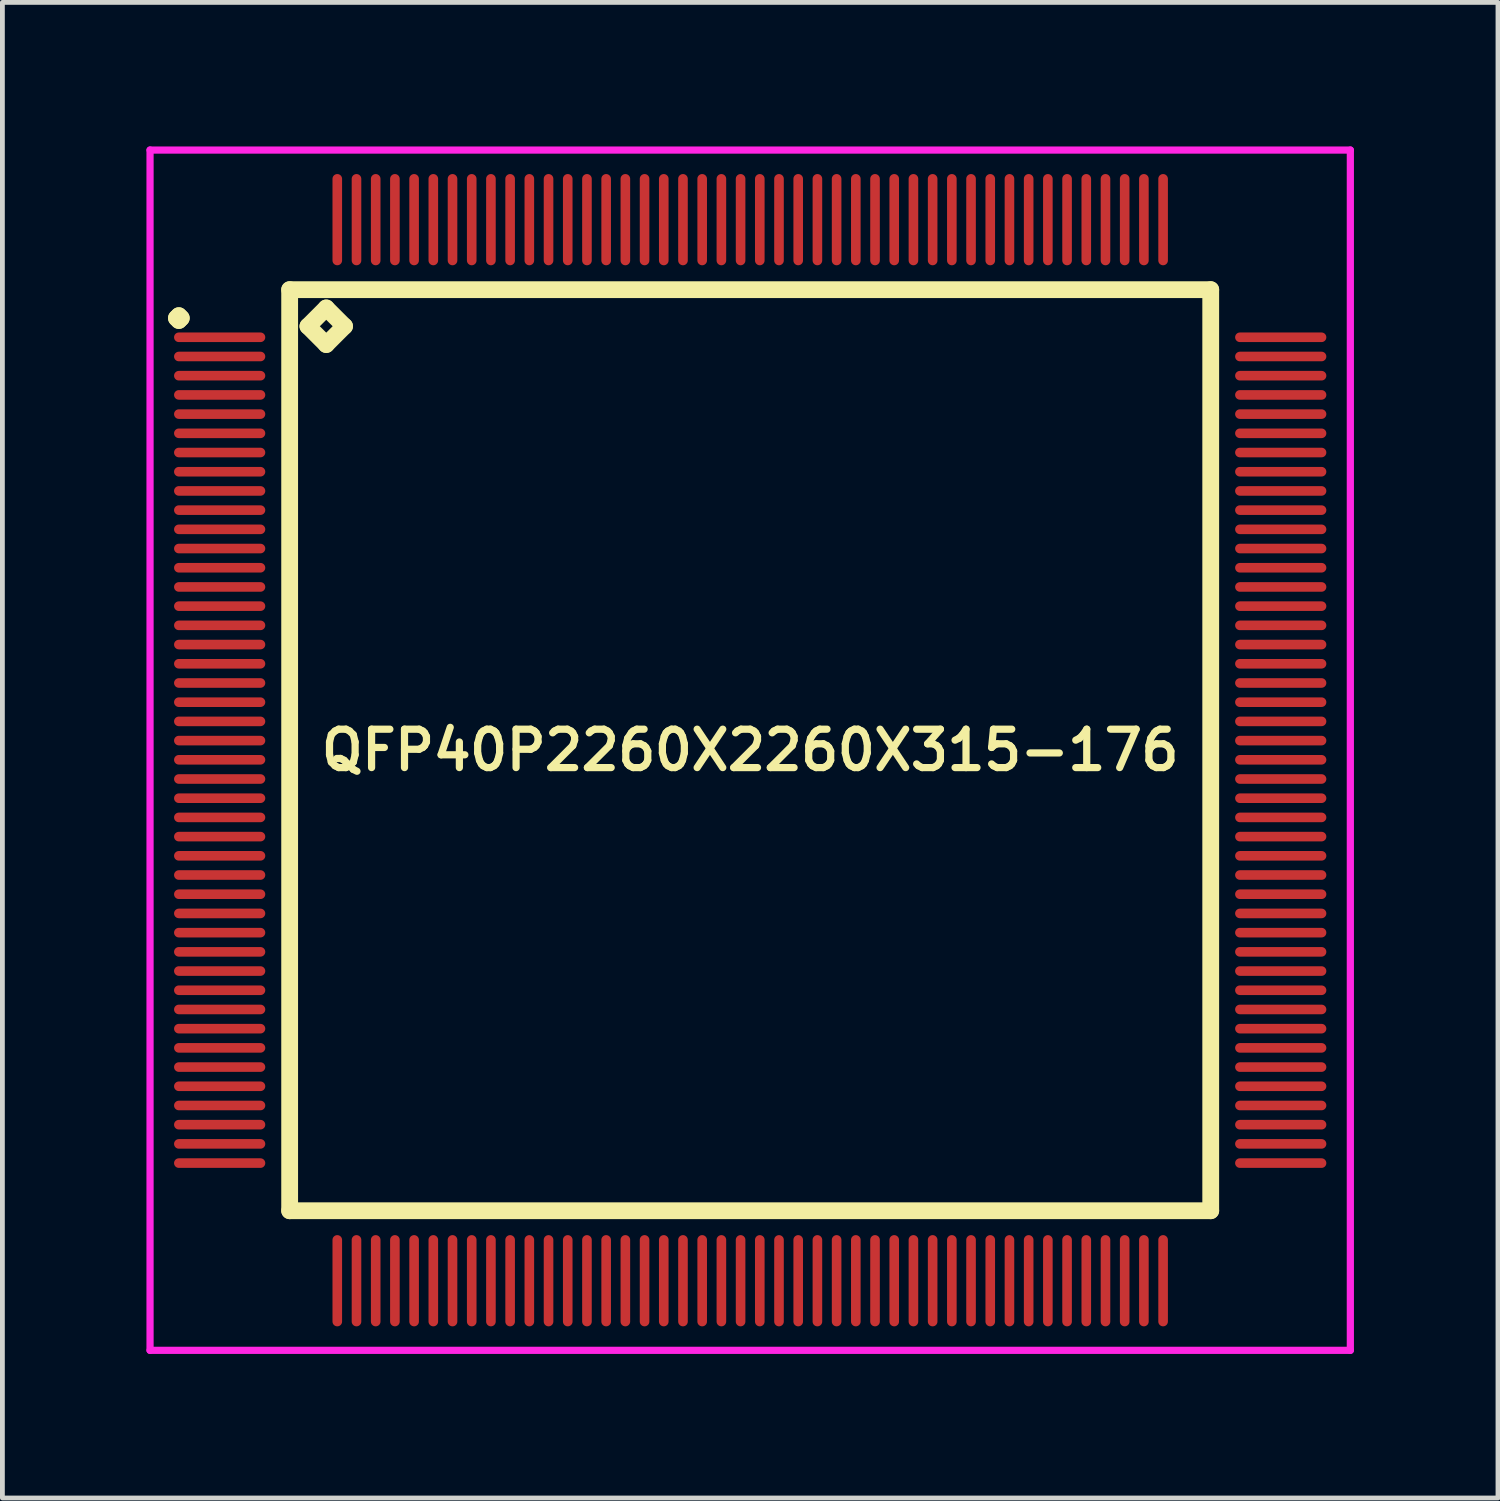
<source format=kicad_pcb>
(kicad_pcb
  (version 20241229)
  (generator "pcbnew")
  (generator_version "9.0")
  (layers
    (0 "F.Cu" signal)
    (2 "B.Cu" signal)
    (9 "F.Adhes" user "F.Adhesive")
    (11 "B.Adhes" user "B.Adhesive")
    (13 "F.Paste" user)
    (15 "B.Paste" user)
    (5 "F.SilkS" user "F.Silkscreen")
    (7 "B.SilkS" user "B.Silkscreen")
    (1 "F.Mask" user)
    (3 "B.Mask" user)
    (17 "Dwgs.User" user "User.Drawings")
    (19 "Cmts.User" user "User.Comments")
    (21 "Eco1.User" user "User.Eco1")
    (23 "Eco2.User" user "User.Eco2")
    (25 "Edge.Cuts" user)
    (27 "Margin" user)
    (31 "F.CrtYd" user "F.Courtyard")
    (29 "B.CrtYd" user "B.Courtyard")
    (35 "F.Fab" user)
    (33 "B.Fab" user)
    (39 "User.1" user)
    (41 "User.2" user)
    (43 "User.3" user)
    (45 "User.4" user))
  (footprint "QFP40P2260X2260X315-176"
    (layer "F.Cu")
    (at 12.575 12.575)
    (property "Reference" "QFP40P2260X2260X315-176" (at 0 0 0) (layer "F.SilkS") (effects (font (size 0.8 0.8) (thickness 0.15))))
    (attr smd)
    (fp_line (start -11.95 -9) (end -11.9 -9.05) (stroke (width 0.35) (type solid)) (layer "F.SilkS"))
    (fp_line (start -11.9 -9.05) (end -11.85 -9) (stroke (width 0.35) (type solid)) (layer "F.SilkS"))
    (fp_line (start -11.9 -8.95) (end -11.95 -9) (stroke (width 0.35) (type solid)) (layer "F.SilkS"))
    (fp_line (start -11.85 -9) (end -11.9 -8.95) (stroke (width 0.35) (type solid)) (layer "F.SilkS"))
    (fp_line (start -9.592 -9.592) (end -9.592 9.592) (stroke (width 0.35) (type solid)) (layer "F.SilkS"))
    (fp_line (start -9.592 9.592) (end 9.592 9.592) (stroke (width 0.35) (type solid)) (layer "F.SilkS"))
    (fp_line (start -9.211 -8.83) (end -8.83 -9.211) (stroke (width 0.35) (type solid)) (layer "F.SilkS"))
    (fp_line (start -8.83 -9.211) (end -8.449 -8.83) (stroke (width 0.35) (type solid)) (layer "F.SilkS"))
    (fp_line (start -8.83 -8.449) (end -9.211 -8.83) (stroke (width 0.35) (type solid)) (layer "F.SilkS"))
    (fp_line (start -8.449 -8.83) (end -8.83 -8.449) (stroke (width 0.35) (type solid)) (layer "F.SilkS"))
    (fp_line (start 9.592 -9.592) (end -9.592 -9.592) (stroke (width 0.35) (type solid)) (layer "F.SilkS"))
    (fp_line (start 9.592 9.592) (end 9.592 -9.592) (stroke (width 0.35) (type solid)) (layer "F.SilkS"))
    (fp_line (start -12.5 -12.5) (end 12.5 -12.5) (stroke (width 0.15) (type solid)) (layer "F.CrtYd"))
    (fp_line (start -12.5 12.5) (end -12.5 -12.5) (stroke (width 0.15) (type solid)) (layer "F.CrtYd"))
    (fp_line (start 12.5 -12.5) (end 12.5 12.5) (stroke (width 0.15) (type solid)) (layer "F.CrtYd"))
    (fp_line (start 12.5 12.5) (end -12.5 12.5) (stroke (width 0.15) (type solid)) (layer "F.CrtYd"))
    (pad "1" smd oval (at -11.05 -8.6) (size 1.9 0.2) (layers "F.Cu" "F.Mask" "F.Paste"))
    (pad "2" smd oval (at -11.05 -8.2) (size 1.9 0.2) (layers "F.Cu" "F.Mask" "F.Paste"))
    (pad "3" smd oval (at -11.05 -7.8) (size 1.9 0.2) (layers "F.Cu" "F.Mask" "F.Paste"))
    (pad "4" smd oval (at -11.05 -7.4) (size 1.9 0.2) (layers "F.Cu" "F.Mask" "F.Paste"))
    (pad "5" smd oval (at -11.05 -7) (size 1.9 0.2) (layers "F.Cu" "F.Mask" "F.Paste"))
    (pad "6" smd oval (at -11.05 -6.6) (size 1.9 0.2) (layers "F.Cu" "F.Mask" "F.Paste"))
    (pad "7" smd oval (at -11.05 -6.2) (size 1.9 0.2) (layers "F.Cu" "F.Mask" "F.Paste"))
    (pad "8" smd oval (at -11.05 -5.8) (size 1.9 0.2) (layers "F.Cu" "F.Mask" "F.Paste"))
    (pad "9" smd oval (at -11.05 -5.4) (size 1.9 0.2) (layers "F.Cu" "F.Mask" "F.Paste"))
    (pad "10" smd oval (at -11.05 -5) (size 1.9 0.2) (layers "F.Cu" "F.Mask" "F.Paste"))
    (pad "11" smd oval (at -11.05 -4.6) (size 1.9 0.2) (layers "F.Cu" "F.Mask" "F.Paste"))
    (pad "12" smd oval (at -11.05 -4.2) (size 1.9 0.2) (layers "F.Cu" "F.Mask" "F.Paste"))
    (pad "13" smd oval (at -11.05 -3.8) (size 1.9 0.2) (layers "F.Cu" "F.Mask" "F.Paste"))
    (pad "14" smd oval (at -11.05 -3.4) (size 1.9 0.2) (layers "F.Cu" "F.Mask" "F.Paste"))
    (pad "15" smd oval (at -11.05 -3) (size 1.9 0.2) (layers "F.Cu" "F.Mask" "F.Paste"))
    (pad "16" smd oval (at -11.05 -2.6) (size 1.9 0.2) (layers "F.Cu" "F.Mask" "F.Paste"))
    (pad "17" smd oval (at -11.05 -2.2) (size 1.9 0.2) (layers "F.Cu" "F.Mask" "F.Paste"))
    (pad "18" smd oval (at -11.05 -1.8) (size 1.9 0.2) (layers "F.Cu" "F.Mask" "F.Paste"))
    (pad "19" smd oval (at -11.05 -1.4) (size 1.9 0.2) (layers "F.Cu" "F.Mask" "F.Paste"))
    (pad "20" smd oval (at -11.05 -1) (size 1.9 0.2) (layers "F.Cu" "F.Mask" "F.Paste"))
    (pad "21" smd oval (at -11.05 -0.6) (size 1.9 0.2) (layers "F.Cu" "F.Mask" "F.Paste"))
    (pad "22" smd oval (at -11.05 -0.2) (size 1.9 0.2) (layers "F.Cu" "F.Mask" "F.Paste"))
    (pad "23" smd oval (at -11.05 0.2) (size 1.9 0.2) (layers "F.Cu" "F.Mask" "F.Paste"))
    (pad "24" smd oval (at -11.05 0.6) (size 1.9 0.2) (layers "F.Cu" "F.Mask" "F.Paste"))
    (pad "25" smd oval (at -11.05 1) (size 1.9 0.2) (layers "F.Cu" "F.Mask" "F.Paste"))
    (pad "26" smd oval (at -11.05 1.4) (size 1.9 0.2) (layers "F.Cu" "F.Mask" "F.Paste"))
    (pad "27" smd oval (at -11.05 1.8) (size 1.9 0.2) (layers "F.Cu" "F.Mask" "F.Paste"))
    (pad "28" smd oval (at -11.05 2.2) (size 1.9 0.2) (layers "F.Cu" "F.Mask" "F.Paste"))
    (pad "29" smd oval (at -11.05 2.6) (size 1.9 0.2) (layers "F.Cu" "F.Mask" "F.Paste"))
    (pad "30" smd oval (at -11.05 3) (size 1.9 0.2) (layers "F.Cu" "F.Mask" "F.Paste"))
    (pad "31" smd oval (at -11.05 3.4) (size 1.9 0.2) (layers "F.Cu" "F.Mask" "F.Paste"))
    (pad "32" smd oval (at -11.05 3.8) (size 1.9 0.2) (layers "F.Cu" "F.Mask" "F.Paste"))
    (pad "33" smd oval (at -11.05 4.2) (size 1.9 0.2) (layers "F.Cu" "F.Mask" "F.Paste"))
    (pad "34" smd oval (at -11.05 4.6) (size 1.9 0.2) (layers "F.Cu" "F.Mask" "F.Paste"))
    (pad "35" smd oval (at -11.05 5) (size 1.9 0.2) (layers "F.Cu" "F.Mask" "F.Paste"))
    (pad "36" smd oval (at -11.05 5.4) (size 1.9 0.2) (layers "F.Cu" "F.Mask" "F.Paste"))
    (pad "37" smd oval (at -11.05 5.8) (size 1.9 0.2) (layers "F.Cu" "F.Mask" "F.Paste"))
    (pad "38" smd oval (at -11.05 6.2) (size 1.9 0.2) (layers "F.Cu" "F.Mask" "F.Paste"))
    (pad "39" smd oval (at -11.05 6.6) (size 1.9 0.2) (layers "F.Cu" "F.Mask" "F.Paste"))
    (pad "40" smd oval (at -11.05 7) (size 1.9 0.2) (layers "F.Cu" "F.Mask" "F.Paste"))
    (pad "41" smd oval (at -11.05 7.4) (size 1.9 0.2) (layers "F.Cu" "F.Mask" "F.Paste"))
    (pad "42" smd oval (at -11.05 7.8) (size 1.9 0.2) (layers "F.Cu" "F.Mask" "F.Paste"))
    (pad "43" smd oval (at -11.05 8.2) (size 1.9 0.2) (layers "F.Cu" "F.Mask" "F.Paste"))
    (pad "44" smd oval (at -11.05 8.6) (size 1.9 0.2) (layers "F.Cu" "F.Mask" "F.Paste"))
    (pad "45" smd oval (at -8.6 11.05) (size 0.2 1.9) (layers "F.Cu" "F.Mask" "F.Paste"))
    (pad "46" smd oval (at -8.2 11.05) (size 0.2 1.9) (layers "F.Cu" "F.Mask" "F.Paste"))
    (pad "47" smd oval (at -7.8 11.05) (size 0.2 1.9) (layers "F.Cu" "F.Mask" "F.Paste"))
    (pad "48" smd oval (at -7.4 11.05) (size 0.2 1.9) (layers "F.Cu" "F.Mask" "F.Paste"))
    (pad "49" smd oval (at -7 11.05) (size 0.2 1.9) (layers "F.Cu" "F.Mask" "F.Paste"))
    (pad "50" smd oval (at -6.6 11.05) (size 0.2 1.9) (layers "F.Cu" "F.Mask" "F.Paste"))
    (pad "51" smd oval (at -6.2 11.05) (size 0.2 1.9) (layers "F.Cu" "F.Mask" "F.Paste"))
    (pad "52" smd oval (at -5.8 11.05) (size 0.2 1.9) (layers "F.Cu" "F.Mask" "F.Paste"))
    (pad "53" smd oval (at -5.4 11.05) (size 0.2 1.9) (layers "F.Cu" "F.Mask" "F.Paste"))
    (pad "54" smd oval (at -5 11.05) (size 0.2 1.9) (layers "F.Cu" "F.Mask" "F.Paste"))
    (pad "55" smd oval (at -4.6 11.05) (size 0.2 1.9) (layers "F.Cu" "F.Mask" "F.Paste"))
    (pad "56" smd oval (at -4.2 11.05) (size 0.2 1.9) (layers "F.Cu" "F.Mask" "F.Paste"))
    (pad "57" smd oval (at -3.8 11.05) (size 0.2 1.9) (layers "F.Cu" "F.Mask" "F.Paste"))
    (pad "58" smd oval (at -3.4 11.05) (size 0.2 1.9) (layers "F.Cu" "F.Mask" "F.Paste"))
    (pad "59" smd oval (at -3 11.05) (size 0.2 1.9) (layers "F.Cu" "F.Mask" "F.Paste"))
    (pad "60" smd oval (at -2.6 11.05) (size 0.2 1.9) (layers "F.Cu" "F.Mask" "F.Paste"))
    (pad "61" smd oval (at -2.2 11.05) (size 0.2 1.9) (layers "F.Cu" "F.Mask" "F.Paste"))
    (pad "62" smd oval (at -1.8 11.05) (size 0.2 1.9) (layers "F.Cu" "F.Mask" "F.Paste"))
    (pad "63" smd oval (at -1.4 11.05) (size 0.2 1.9) (layers "F.Cu" "F.Mask" "F.Paste"))
    (pad "64" smd oval (at -1 11.05) (size 0.2 1.9) (layers "F.Cu" "F.Mask" "F.Paste"))
    (pad "65" smd oval (at -0.6 11.05) (size 0.2 1.9) (layers "F.Cu" "F.Mask" "F.Paste"))
    (pad "66" smd oval (at -0.2 11.05) (size 0.2 1.9) (layers "F.Cu" "F.Mask" "F.Paste"))
    (pad "67" smd oval (at 0.2 11.05) (size 0.2 1.9) (layers "F.Cu" "F.Mask" "F.Paste"))
    (pad "68" smd oval (at 0.6 11.05) (size 0.2 1.9) (layers "F.Cu" "F.Mask" "F.Paste"))
    (pad "69" smd oval (at 1 11.05) (size 0.2 1.9) (layers "F.Cu" "F.Mask" "F.Paste"))
    (pad "70" smd oval (at 1.4 11.05) (size 0.2 1.9) (layers "F.Cu" "F.Mask" "F.Paste"))
    (pad "71" smd oval (at 1.8 11.05) (size 0.2 1.9) (layers "F.Cu" "F.Mask" "F.Paste"))
    (pad "72" smd oval (at 2.2 11.05) (size 0.2 1.9) (layers "F.Cu" "F.Mask" "F.Paste"))
    (pad "73" smd oval (at 2.6 11.05) (size 0.2 1.9) (layers "F.Cu" "F.Mask" "F.Paste"))
    (pad "74" smd oval (at 3 11.05) (size 0.2 1.9) (layers "F.Cu" "F.Mask" "F.Paste"))
    (pad "75" smd oval (at 3.4 11.05) (size 0.2 1.9) (layers "F.Cu" "F.Mask" "F.Paste"))
    (pad "76" smd oval (at 3.8 11.05) (size 0.2 1.9) (layers "F.Cu" "F.Mask" "F.Paste"))
    (pad "77" smd oval (at 4.2 11.05) (size 0.2 1.9) (layers "F.Cu" "F.Mask" "F.Paste"))
    (pad "78" smd oval (at 4.6 11.05) (size 0.2 1.9) (layers "F.Cu" "F.Mask" "F.Paste"))
    (pad "79" smd oval (at 5 11.05) (size 0.2 1.9) (layers "F.Cu" "F.Mask" "F.Paste"))
    (pad "80" smd oval (at 5.4 11.05) (size 0.2 1.9) (layers "F.Cu" "F.Mask" "F.Paste"))
    (pad "81" smd oval (at 5.8 11.05) (size 0.2 1.9) (layers "F.Cu" "F.Mask" "F.Paste"))
    (pad "82" smd oval (at 6.2 11.05) (size 0.2 1.9) (layers "F.Cu" "F.Mask" "F.Paste"))
    (pad "83" smd oval (at 6.6 11.05) (size 0.2 1.9) (layers "F.Cu" "F.Mask" "F.Paste"))
    (pad "84" smd oval (at 7 11.05) (size 0.2 1.9) (layers "F.Cu" "F.Mask" "F.Paste"))
    (pad "85" smd oval (at 7.4 11.05) (size 0.2 1.9) (layers "F.Cu" "F.Mask" "F.Paste"))
    (pad "86" smd oval (at 7.8 11.05) (size 0.2 1.9) (layers "F.Cu" "F.Mask" "F.Paste"))
    (pad "87" smd oval (at 8.2 11.05) (size 0.2 1.9) (layers "F.Cu" "F.Mask" "F.Paste"))
    (pad "88" smd oval (at 8.6 11.05) (size 0.2 1.9) (layers "F.Cu" "F.Mask" "F.Paste"))
    (pad "89" smd oval (at 11.05 8.6) (size 1.9 0.2) (layers "F.Cu" "F.Mask" "F.Paste"))
    (pad "90" smd oval (at 11.05 8.2) (size 1.9 0.2) (layers "F.Cu" "F.Mask" "F.Paste"))
    (pad "91" smd oval (at 11.05 7.8) (size 1.9 0.2) (layers "F.Cu" "F.Mask" "F.Paste"))
    (pad "92" smd oval (at 11.05 7.4) (size 1.9 0.2) (layers "F.Cu" "F.Mask" "F.Paste"))
    (pad "93" smd oval (at 11.05 7) (size 1.9 0.2) (layers "F.Cu" "F.Mask" "F.Paste"))
    (pad "94" smd oval (at 11.05 6.6) (size 1.9 0.2) (layers "F.Cu" "F.Mask" "F.Paste"))
    (pad "95" smd oval (at 11.05 6.2) (size 1.9 0.2) (layers "F.Cu" "F.Mask" "F.Paste"))
    (pad "96" smd oval (at 11.05 5.8) (size 1.9 0.2) (layers "F.Cu" "F.Mask" "F.Paste"))
    (pad "97" smd oval (at 11.05 5.4) (size 1.9 0.2) (layers "F.Cu" "F.Mask" "F.Paste"))
    (pad "98" smd oval (at 11.05 5) (size 1.9 0.2) (layers "F.Cu" "F.Mask" "F.Paste"))
    (pad "99" smd oval (at 11.05 4.6) (size 1.9 0.2) (layers "F.Cu" "F.Mask" "F.Paste"))
    (pad "100" smd oval (at 11.05 4.2) (size 1.9 0.2) (layers "F.Cu" "F.Mask" "F.Paste"))
    (pad "101" smd oval (at 11.05 3.8) (size 1.9 0.2) (layers "F.Cu" "F.Mask" "F.Paste"))
    (pad "102" smd oval (at 11.05 3.4) (size 1.9 0.2) (layers "F.Cu" "F.Mask" "F.Paste"))
    (pad "103" smd oval (at 11.05 3) (size 1.9 0.2) (layers "F.Cu" "F.Mask" "F.Paste"))
    (pad "104" smd oval (at 11.05 2.6) (size 1.9 0.2) (layers "F.Cu" "F.Mask" "F.Paste"))
    (pad "105" smd oval (at 11.05 2.2) (size 1.9 0.2) (layers "F.Cu" "F.Mask" "F.Paste"))
    (pad "106" smd oval (at 11.05 1.8) (size 1.9 0.2) (layers "F.Cu" "F.Mask" "F.Paste"))
    (pad "107" smd oval (at 11.05 1.4) (size 1.9 0.2) (layers "F.Cu" "F.Mask" "F.Paste"))
    (pad "108" smd oval (at 11.05 1) (size 1.9 0.2) (layers "F.Cu" "F.Mask" "F.Paste"))
    (pad "109" smd oval (at 11.05 0.6) (size 1.9 0.2) (layers "F.Cu" "F.Mask" "F.Paste"))
    (pad "110" smd oval (at 11.05 0.2) (size 1.9 0.2) (layers "F.Cu" "F.Mask" "F.Paste"))
    (pad "111" smd oval (at 11.05 -0.2) (size 1.9 0.2) (layers "F.Cu" "F.Mask" "F.Paste"))
    (pad "112" smd oval (at 11.05 -0.6) (size 1.9 0.2) (layers "F.Cu" "F.Mask" "F.Paste"))
    (pad "113" smd oval (at 11.05 -1) (size 1.9 0.2) (layers "F.Cu" "F.Mask" "F.Paste"))
    (pad "114" smd oval (at 11.05 -1.4) (size 1.9 0.2) (layers "F.Cu" "F.Mask" "F.Paste"))
    (pad "115" smd oval (at 11.05 -1.8) (size 1.9 0.2) (layers "F.Cu" "F.Mask" "F.Paste"))
    (pad "116" smd oval (at 11.05 -2.2) (size 1.9 0.2) (layers "F.Cu" "F.Mask" "F.Paste"))
    (pad "117" smd oval (at 11.05 -2.6) (size 1.9 0.2) (layers "F.Cu" "F.Mask" "F.Paste"))
    (pad "118" smd oval (at 11.05 -3) (size 1.9 0.2) (layers "F.Cu" "F.Mask" "F.Paste"))
    (pad "119" smd oval (at 11.05 -3.4) (size 1.9 0.2) (layers "F.Cu" "F.Mask" "F.Paste"))
    (pad "120" smd oval (at 11.05 -3.8) (size 1.9 0.2) (layers "F.Cu" "F.Mask" "F.Paste"))
    (pad "121" smd oval (at 11.05 -4.2) (size 1.9 0.2) (layers "F.Cu" "F.Mask" "F.Paste"))
    (pad "122" smd oval (at 11.05 -4.6) (size 1.9 0.2) (layers "F.Cu" "F.Mask" "F.Paste"))
    (pad "123" smd oval (at 11.05 -5) (size 1.9 0.2) (layers "F.Cu" "F.Mask" "F.Paste"))
    (pad "124" smd oval (at 11.05 -5.4) (size 1.9 0.2) (layers "F.Cu" "F.Mask" "F.Paste"))
    (pad "125" smd oval (at 11.05 -5.8) (size 1.9 0.2) (layers "F.Cu" "F.Mask" "F.Paste"))
    (pad "126" smd oval (at 11.05 -6.2) (size 1.9 0.2) (layers "F.Cu" "F.Mask" "F.Paste"))
    (pad "127" smd oval (at 11.05 -6.6) (size 1.9 0.2) (layers "F.Cu" "F.Mask" "F.Paste"))
    (pad "128" smd oval (at 11.05 -7) (size 1.9 0.2) (layers "F.Cu" "F.Mask" "F.Paste"))
    (pad "129" smd oval (at 11.05 -7.4) (size 1.9 0.2) (layers "F.Cu" "F.Mask" "F.Paste"))
    (pad "130" smd oval (at 11.05 -7.8) (size 1.9 0.2) (layers "F.Cu" "F.Mask" "F.Paste"))
    (pad "131" smd oval (at 11.05 -8.2) (size 1.9 0.2) (layers "F.Cu" "F.Mask" "F.Paste"))
    (pad "132" smd oval (at 11.05 -8.6) (size 1.9 0.2) (layers "F.Cu" "F.Mask" "F.Paste"))
    (pad "133" smd oval (at 8.6 -11.05) (size 0.2 1.9) (layers "F.Cu" "F.Mask" "F.Paste"))
    (pad "134" smd oval (at 8.2 -11.05) (size 0.2 1.9) (layers "F.Cu" "F.Mask" "F.Paste"))
    (pad "135" smd oval (at 7.8 -11.05) (size 0.2 1.9) (layers "F.Cu" "F.Mask" "F.Paste"))
    (pad "136" smd oval (at 7.4 -11.05) (size 0.2 1.9) (layers "F.Cu" "F.Mask" "F.Paste"))
    (pad "137" smd oval (at 7 -11.05) (size 0.2 1.9) (layers "F.Cu" "F.Mask" "F.Paste"))
    (pad "138" smd oval (at 6.6 -11.05) (size 0.2 1.9) (layers "F.Cu" "F.Mask" "F.Paste"))
    (pad "139" smd oval (at 6.2 -11.05) (size 0.2 1.9) (layers "F.Cu" "F.Mask" "F.Paste"))
    (pad "140" smd oval (at 5.8 -11.05) (size 0.2 1.9) (layers "F.Cu" "F.Mask" "F.Paste"))
    (pad "141" smd oval (at 5.4 -11.05) (size 0.2 1.9) (layers "F.Cu" "F.Mask" "F.Paste"))
    (pad "142" smd oval (at 5 -11.05) (size 0.2 1.9) (layers "F.Cu" "F.Mask" "F.Paste"))
    (pad "143" smd oval (at 4.6 -11.05) (size 0.2 1.9) (layers "F.Cu" "F.Mask" "F.Paste"))
    (pad "144" smd oval (at 4.2 -11.05) (size 0.2 1.9) (layers "F.Cu" "F.Mask" "F.Paste"))
    (pad "145" smd oval (at 3.8 -11.05) (size 0.2 1.9) (layers "F.Cu" "F.Mask" "F.Paste"))
    (pad "146" smd oval (at 3.4 -11.05) (size 0.2 1.9) (layers "F.Cu" "F.Mask" "F.Paste"))
    (pad "147" smd oval (at 3 -11.05) (size 0.2 1.9) (layers "F.Cu" "F.Mask" "F.Paste"))
    (pad "148" smd oval (at 2.6 -11.05) (size 0.2 1.9) (layers "F.Cu" "F.Mask" "F.Paste"))
    (pad "149" smd oval (at 2.2 -11.05) (size 0.2 1.9) (layers "F.Cu" "F.Mask" "F.Paste"))
    (pad "150" smd oval (at 1.8 -11.05) (size 0.2 1.9) (layers "F.Cu" "F.Mask" "F.Paste"))
    (pad "151" smd oval (at 1.4 -11.05) (size 0.2 1.9) (layers "F.Cu" "F.Mask" "F.Paste"))
    (pad "152" smd oval (at 1 -11.05) (size 0.2 1.9) (layers "F.Cu" "F.Mask" "F.Paste"))
    (pad "153" smd oval (at 0.6 -11.05) (size 0.2 1.9) (layers "F.Cu" "F.Mask" "F.Paste"))
    (pad "154" smd oval (at 0.2 -11.05) (size 0.2 1.9) (layers "F.Cu" "F.Mask" "F.Paste"))
    (pad "155" smd oval (at -0.2 -11.05) (size 0.2 1.9) (layers "F.Cu" "F.Mask" "F.Paste"))
    (pad "156" smd oval (at -0.6 -11.05) (size 0.2 1.9) (layers "F.Cu" "F.Mask" "F.Paste"))
    (pad "157" smd oval (at -1 -11.05) (size 0.2 1.9) (layers "F.Cu" "F.Mask" "F.Paste"))
    (pad "158" smd oval (at -1.4 -11.05) (size 0.2 1.9) (layers "F.Cu" "F.Mask" "F.Paste"))
    (pad "159" smd oval (at -1.8 -11.05) (size 0.2 1.9) (layers "F.Cu" "F.Mask" "F.Paste"))
    (pad "160" smd oval (at -2.2 -11.05) (size 0.2 1.9) (layers "F.Cu" "F.Mask" "F.Paste"))
    (pad "161" smd oval (at -2.6 -11.05) (size 0.2 1.9) (layers "F.Cu" "F.Mask" "F.Paste"))
    (pad "162" smd oval (at -3 -11.05) (size 0.2 1.9) (layers "F.Cu" "F.Mask" "F.Paste"))
    (pad "163" smd oval (at -3.4 -11.05) (size 0.2 1.9) (layers "F.Cu" "F.Mask" "F.Paste"))
    (pad "164" smd oval (at -3.8 -11.05) (size 0.2 1.9) (layers "F.Cu" "F.Mask" "F.Paste"))
    (pad "165" smd oval (at -4.2 -11.05) (size 0.2 1.9) (layers "F.Cu" "F.Mask" "F.Paste"))
    (pad "166" smd oval (at -4.6 -11.05) (size 0.2 1.9) (layers "F.Cu" "F.Mask" "F.Paste"))
    (pad "167" smd oval (at -5 -11.05) (size 0.2 1.9) (layers "F.Cu" "F.Mask" "F.Paste"))
    (pad "168" smd oval (at -5.4 -11.05) (size 0.2 1.9) (layers "F.Cu" "F.Mask" "F.Paste"))
    (pad "169" smd oval (at -5.8 -11.05) (size 0.2 1.9) (layers "F.Cu" "F.Mask" "F.Paste"))
    (pad "170" smd oval (at -6.2 -11.05) (size 0.2 1.9) (layers "F.Cu" "F.Mask" "F.Paste"))
    (pad "171" smd oval (at -6.6 -11.05) (size 0.2 1.9) (layers "F.Cu" "F.Mask" "F.Paste"))
    (pad "172" smd oval (at -7 -11.05) (size 0.2 1.9) (layers "F.Cu" "F.Mask" "F.Paste"))
    (pad "173" smd oval (at -7.4 -11.05) (size 0.2 1.9) (layers "F.Cu" "F.Mask" "F.Paste"))
    (pad "174" smd oval (at -7.8 -11.05) (size 0.2 1.9) (layers "F.Cu" "F.Mask" "F.Paste"))
    (pad "175" smd oval (at -8.2 -11.05) (size 0.2 1.9) (layers "F.Cu" "F.Mask" "F.Paste"))
    (pad "176" smd oval (at -8.6 -11.05) (size 0.2 1.9) (layers "F.Cu" "F.Mask" "F.Paste")))
  (gr_rect
    (start -3 -3)
    (end 28.15 28.15)
    (stroke (width 0.1) (type default))
    (fill no)
    (layer "Edge.Cuts")))
</source>
